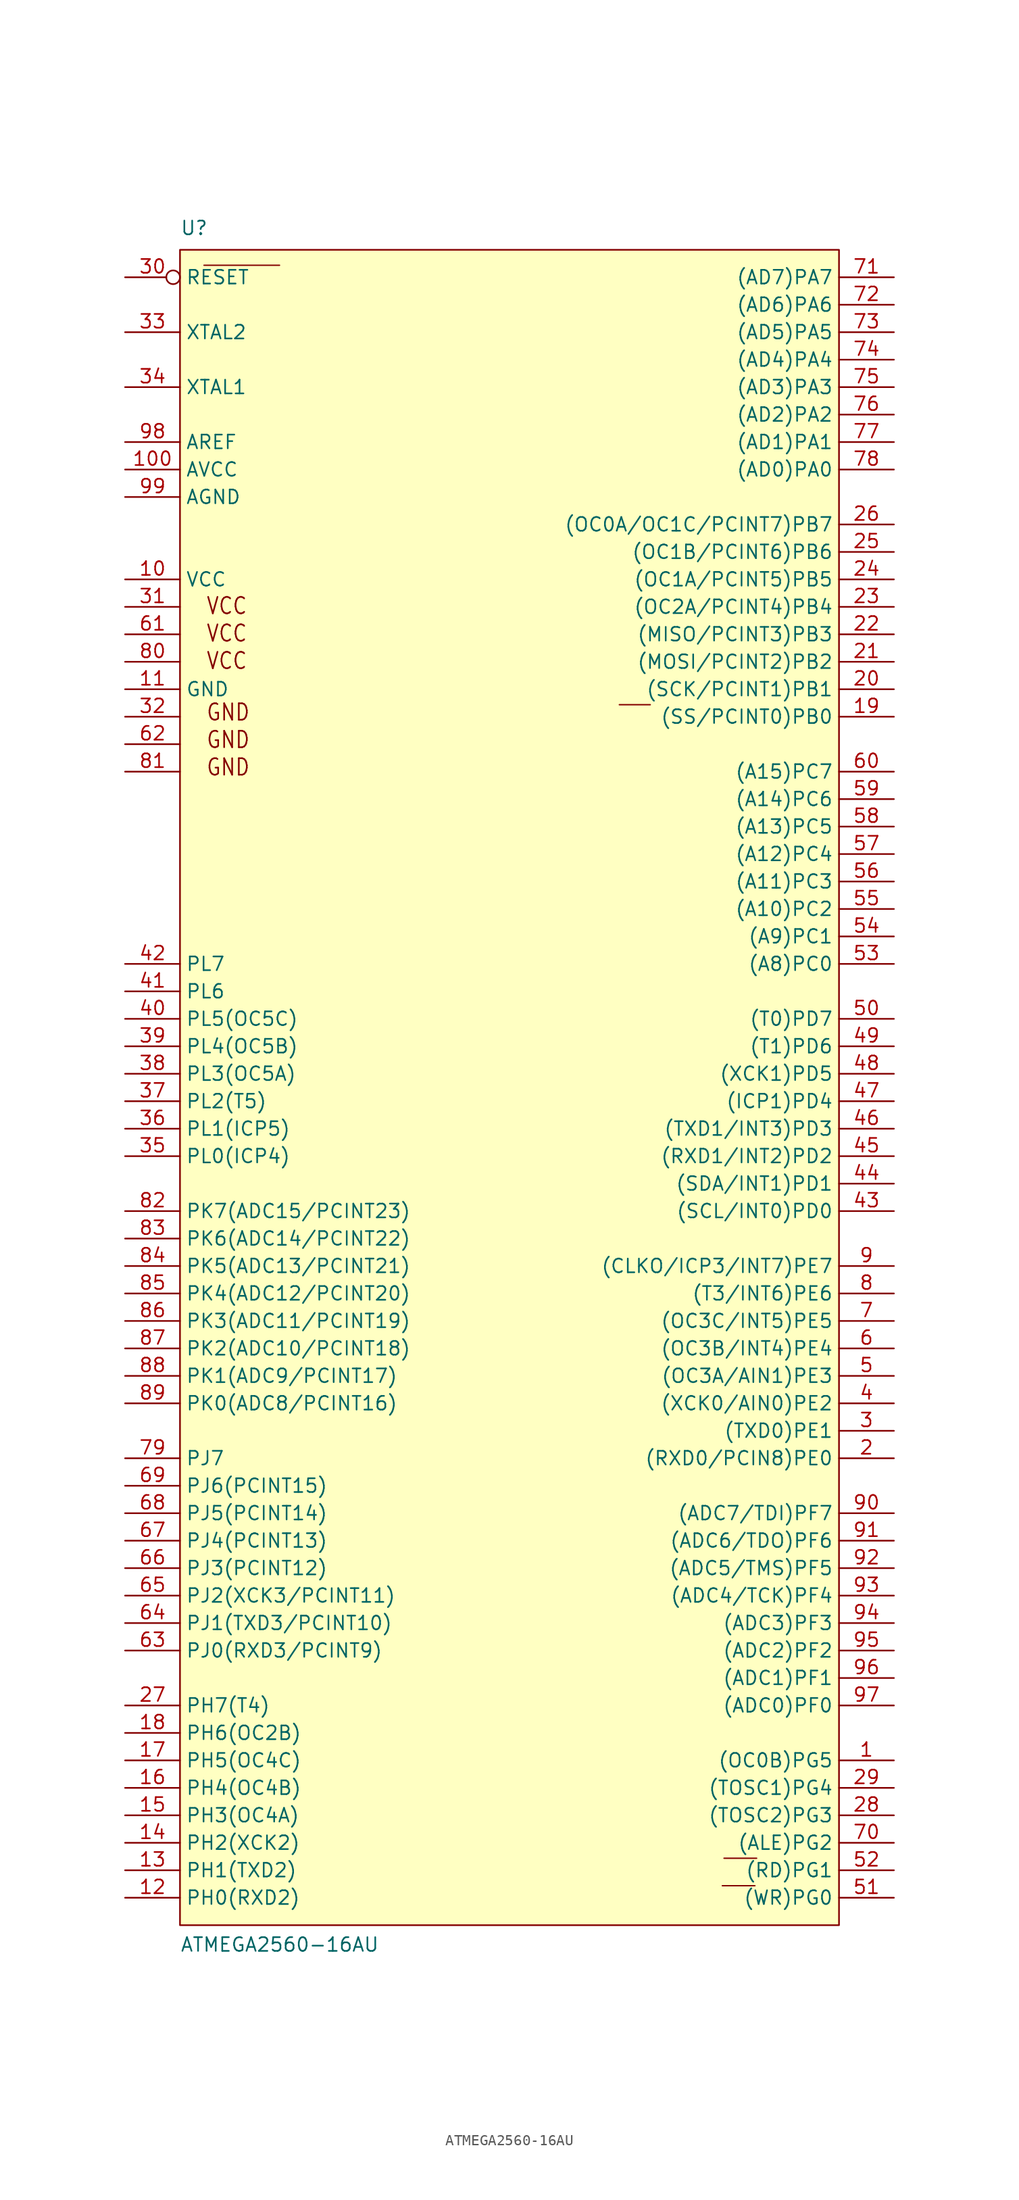
<source format=kicad_sym>
(kicad_symbol_lib
  (version 20231120)
  (generator "kicad_symbol_editor")
  (generator_version "8.0")
  (symbol "ATMEGA2560-16AU"
    (property "Reference" "U"
      (at 0 156.21 0)
      (effects (font (size 1.27 1.27)) (justify left bottom)))
    (property "Value" "ATMEGA2560-16AU"
      (at 0 -2.54 0)
      (effects (font (size 1.27 1.27)) (justify left bottom)))
    (symbol "ATMEGA2560-16AU_1_0"
      (polyline (pts (xy 2.223 153.511) (xy 9.207 153.511)) (stroke (width 0.127) (type solid)) (fill (type none)))
      (polyline (pts (xy 40.64 112.871) (xy 43.498 112.871)) (stroke (width 0.127) (type solid)) (fill (type none)))
      (polyline (pts (xy 50.165 3.651) (xy 53.181 3.651)) (stroke (width 0.127) (type solid)) (fill (type none)))
      (polyline (pts (xy 50.324 6.191) (xy 53.34 6.191)) (stroke (width 0.127) (type solid)) (fill (type none)))
      (text "GND" (at 2.381 106.204 0) (effects (font (size 1.524 1.295)) (justify left bottom)))
      (text "GND" (at 2.381 108.744 0) (effects (font (size 1.524 1.295)) (justify left bottom)))
      (text "GND" (at 2.381 111.284 0) (effects (font (size 1.524 1.295)) (justify left bottom)))
      (text "VCC" (at 2.381 116.046 0) (effects (font (size 1.524 1.295)) (justify left bottom)))
      (text "VCC" (at 2.381 118.586 0) (effects (font (size 1.524 1.295)) (justify left bottom)))
      (text "VCC" (at 2.381 121.126 0) (effects (font (size 1.524 1.295)) (justify left bottom)))
      (pin bidirectional line (at 66.04 15.24 180) (length 5.08) (name "(OC0B)PG5" (effects (font (size 1.27 1.27)))) (number "1" (effects (font (size 1.27 1.27)))))
      (pin power_in line (at -5.08 124.46 0) (length 5.08) (name "VCC" (effects (font (size 1.27 1.27)))) (number "10" (effects (font (size 1.27 1.27)))))
      (pin power_in line (at -5.08 134.62 0) (length 5.08) (name "AVCC" (effects (font (size 1.27 1.27)))) (number "100" (effects (font (size 1.27 1.27)))))
      (pin power_in line (at -5.08 114.3 0) (length 5.08) (name "GND" (effects (font (size 1.27 1.27)))) (number "11" (effects (font (size 1.27 1.27)))))
      (pin bidirectional line (at -5.08 2.54 0) (length 5.08) (name "PH0(RXD2)" (effects (font (size 1.27 1.27)))) (number "12" (effects (font (size 1.27 1.27)))))
      (pin bidirectional line (at -5.08 5.08 0) (length 5.08) (name "PH1(TXD2)" (effects (font (size 1.27 1.27)))) (number "13" (effects (font (size 1.27 1.27)))))
      (pin bidirectional line (at -5.08 7.62 0) (length 5.08) (name "PH2(XCK2)" (effects (font (size 1.27 1.27)))) (number "14" (effects (font (size 1.27 1.27)))))
      (pin bidirectional line (at -5.08 10.16 0) (length 5.08) (name "PH3(OC4A)" (effects (font (size 1.27 1.27)))) (number "15" (effects (font (size 1.27 1.27)))))
      (pin bidirectional line (at -5.08 12.7 0) (length 5.08) (name "PH4(OC4B)" (effects (font (size 1.27 1.27)))) (number "16" (effects (font (size 1.27 1.27)))))
      (pin bidirectional line (at -5.08 15.24 0) (length 5.08) (name "PH5(OC4C)" (effects (font (size 1.27 1.27)))) (number "17" (effects (font (size 1.27 1.27)))))
      (pin bidirectional line (at -5.08 17.78 0) (length 5.08) (name "PH6(OC2B)" (effects (font (size 1.27 1.27)))) (number "18" (effects (font (size 1.27 1.27)))))
      (pin bidirectional line (at 66.04 111.76 180) (length 5.08) (name "(SS/PCINT0)PB0" (effects (font (size 1.27 1.27)))) (number "19" (effects (font (size 1.27 1.27)))))
      (pin bidirectional line (at 66.04 43.18 180) (length 5.08) (name "(RXD0/PCIN8)PE0" (effects (font (size 1.27 1.27)))) (number "2" (effects (font (size 1.27 1.27)))))
      (pin bidirectional line (at 66.04 114.3 180) (length 5.08) (name "(SCK/PCINT1)PB1" (effects (font (size 1.27 1.27)))) (number "20" (effects (font (size 1.27 1.27)))))
      (pin bidirectional line (at 66.04 116.84 180) (length 5.08) (name "(MOSI/PCINT2)PB2" (effects (font (size 1.27 1.27)))) (number "21" (effects (font (size 1.27 1.27)))))
      (pin bidirectional line (at 66.04 119.38 180) (length 5.08) (name "(MISO/PCINT3)PB3" (effects (font (size 1.27 1.27)))) (number "22" (effects (font (size 1.27 1.27)))))
      (pin bidirectional line (at 66.04 121.92 180) (length 5.08) (name "(OC2A/PCINT4)PB4" (effects (font (size 1.27 1.27)))) (number "23" (effects (font (size 1.27 1.27)))))
      (pin bidirectional line (at 66.04 124.46 180) (length 5.08) (name "(OC1A/PCINT5)PB5" (effects (font (size 1.27 1.27)))) (number "24" (effects (font (size 1.27 1.27)))))
      (pin bidirectional line (at 66.04 127 180) (length 5.08) (name "(OC1B/PCINT6)PB6" (effects (font (size 1.27 1.27)))) (number "25" (effects (font (size 1.27 1.27)))))
      (pin bidirectional line (at 66.04 129.54 180) (length 5.08) (name "(OC0A/OC1C/PCINT7)PB7" (effects (font (size 1.27 1.27)))) (number "26" (effects (font (size 1.27 1.27)))))
      (pin bidirectional line (at -5.08 20.32 0) (length 5.08) (name "PH7(T4)" (effects (font (size 1.27 1.27)))) (number "27" (effects (font (size 1.27 1.27)))))
      (pin bidirectional line (at 66.04 10.16 180) (length 5.08) (name "(TOSC2)PG3" (effects (font (size 1.27 1.27)))) (number "28" (effects (font (size 1.27 1.27)))))
      (pin bidirectional line (at 66.04 12.7 180) (length 5.08) (name "(TOSC1)PG4" (effects (font (size 1.27 1.27)))) (number "29" (effects (font (size 1.27 1.27)))))
      (pin bidirectional line (at 66.04 45.72 180) (length 5.08) (name "(TXD0)PE1" (effects (font (size 1.27 1.27)))) (number "3" (effects (font (size 1.27 1.27)))))
      (pin input inverted (at -5.08 152.4 0) (length 5.08) (name "RESET" (effects (font (size 1.27 1.27)))) (number "30" (effects (font (size 1.27 1.27)))))
      (pin power_in line (at -5.08 121.92 0) (length 5.08) (name "VCC1" (effects (font (size 0 0)))) (number "31" (effects (font (size 1.27 1.27)))))
      (pin power_in line (at -5.08 111.76 0) (length 5.08) (name "GND1" (effects (font (size 0 0)))) (number "32" (effects (font (size 1.27 1.27)))))
      (pin output line (at -5.08 147.32 0) (length 5.08) (name "XTAL2" (effects (font (size 1.27 1.27)))) (number "33" (effects (font (size 1.27 1.27)))))
      (pin input line (at -5.08 142.24 0) (length 5.08) (name "XTAL1" (effects (font (size 1.27 1.27)))) (number "34" (effects (font (size 1.27 1.27)))))
      (pin bidirectional line (at -5.08 71.12 0) (length 5.08) (name "PL0(ICP4)" (effects (font (size 1.27 1.27)))) (number "35" (effects (font (size 1.27 1.27)))))
      (pin bidirectional line (at -5.08 73.66 0) (length 5.08) (name "PL1(ICP5)" (effects (font (size 1.27 1.27)))) (number "36" (effects (font (size 1.27 1.27)))))
      (pin bidirectional line (at -5.08 76.2 0) (length 5.08) (name "PL2(T5)" (effects (font (size 1.27 1.27)))) (number "37" (effects (font (size 1.27 1.27)))))
      (pin bidirectional line (at -5.08 78.74 0) (length 5.08) (name "PL3(OC5A)" (effects (font (size 1.27 1.27)))) (number "38" (effects (font (size 1.27 1.27)))))
      (pin bidirectional line (at -5.08 81.28 0) (length 5.08) (name "PL4(OC5B)" (effects (font (size 1.27 1.27)))) (number "39" (effects (font (size 1.27 1.27)))))
      (pin bidirectional line (at 66.04 48.26 180) (length 5.08) (name "(XCK0/AIN0)PE2" (effects (font (size 1.27 1.27)))) (number "4" (effects (font (size 1.27 1.27)))))
      (pin bidirectional line (at -5.08 83.82 0) (length 5.08) (name "PL5(OC5C)" (effects (font (size 1.27 1.27)))) (number "40" (effects (font (size 1.27 1.27)))))
      (pin bidirectional line (at -5.08 86.36 0) (length 5.08) (name "PL6" (effects (font (size 1.27 1.27)))) (number "41" (effects (font (size 1.27 1.27)))))
      (pin bidirectional line (at -5.08 88.9 0) (length 5.08) (name "PL7" (effects (font (size 1.27 1.27)))) (number "42" (effects (font (size 1.27 1.27)))))
      (pin bidirectional line (at 66.04 66.04 180) (length 5.08) (name "(SCL/INT0)PD0" (effects (font (size 1.27 1.27)))) (number "43" (effects (font (size 1.27 1.27)))))
      (pin bidirectional line (at 66.04 68.58 180) (length 5.08) (name "(SDA/INT1)PD1" (effects (font (size 1.27 1.27)))) (number "44" (effects (font (size 1.27 1.27)))))
      (pin bidirectional line (at 66.04 71.12 180) (length 5.08) (name "(RXD1/INT2)PD2" (effects (font (size 1.27 1.27)))) (number "45" (effects (font (size 1.27 1.27)))))
      (pin bidirectional line (at 66.04 73.66 180) (length 5.08) (name "(TXD1/INT3)PD3" (effects (font (size 1.27 1.27)))) (number "46" (effects (font (size 1.27 1.27)))))
      (pin bidirectional line (at 66.04 76.2 180) (length 5.08) (name "(ICP1)PD4" (effects (font (size 1.27 1.27)))) (number "47" (effects (font (size 1.27 1.27)))))
      (pin bidirectional line (at 66.04 78.74 180) (length 5.08) (name "(XCK1)PD5" (effects (font (size 1.27 1.27)))) (number "48" (effects (font (size 1.27 1.27)))))
      (pin bidirectional line (at 66.04 81.28 180) (length 5.08) (name "(T1)PD6" (effects (font (size 1.27 1.27)))) (number "49" (effects (font (size 1.27 1.27)))))
      (pin bidirectional line (at 66.04 50.8 180) (length 5.08) (name "(OC3A/AIN1)PE3" (effects (font (size 1.27 1.27)))) (number "5" (effects (font (size 1.27 1.27)))))
      (pin bidirectional line (at 66.04 83.82 180) (length 5.08) (name "(T0)PD7" (effects (font (size 1.27 1.27)))) (number "50" (effects (font (size 1.27 1.27)))))
      (pin bidirectional line (at 66.04 2.54 180) (length 5.08) (name "(WR)PG0" (effects (font (size 1.27 1.27)))) (number "51" (effects (font (size 1.27 1.27)))))
      (pin bidirectional line (at 66.04 5.08 180) (length 5.08) (name "(RD)PG1" (effects (font (size 1.27 1.27)))) (number "52" (effects (font (size 1.27 1.27)))))
      (pin bidirectional line (at 66.04 88.9 180) (length 5.08) (name "(A8)PC0" (effects (font (size 1.27 1.27)))) (number "53" (effects (font (size 1.27 1.27)))))
      (pin bidirectional line (at 66.04 91.44 180) (length 5.08) (name "(A9)PC1" (effects (font (size 1.27 1.27)))) (number "54" (effects (font (size 1.27 1.27)))))
      (pin bidirectional line (at 66.04 93.98 180) (length 5.08) (name "(A10)PC2" (effects (font (size 1.27 1.27)))) (number "55" (effects (font (size 1.27 1.27)))))
      (pin bidirectional line (at 66.04 96.52 180) (length 5.08) (name "(A11)PC3" (effects (font (size 1.27 1.27)))) (number "56" (effects (font (size 1.27 1.27)))))
      (pin bidirectional line (at 66.04 99.06 180) (length 5.08) (name "(A12)PC4" (effects (font (size 1.27 1.27)))) (number "57" (effects (font (size 1.27 1.27)))))
      (pin bidirectional line (at 66.04 101.6 180) (length 5.08) (name "(A13)PC5" (effects (font (size 1.27 1.27)))) (number "58" (effects (font (size 1.27 1.27)))))
      (pin bidirectional line (at 66.04 104.14 180) (length 5.08) (name "(A14)PC6" (effects (font (size 1.27 1.27)))) (number "59" (effects (font (size 1.27 1.27)))))
      (pin bidirectional line (at 66.04 53.34 180) (length 5.08) (name "(OC3B/INT4)PE4" (effects (font (size 1.27 1.27)))) (number "6" (effects (font (size 1.27 1.27)))))
      (pin bidirectional line (at 66.04 106.68 180) (length 5.08) (name "(A15)PC7" (effects (font (size 1.27 1.27)))) (number "60" (effects (font (size 1.27 1.27)))))
      (pin power_in line (at -5.08 119.38 0) (length 5.08) (name "VCC2" (effects (font (size 0 0)))) (number "61" (effects (font (size 1.27 1.27)))))
      (pin power_in line (at -5.08 109.22 0) (length 5.08) (name "GND2" (effects (font (size 0 0)))) (number "62" (effects (font (size 1.27 1.27)))))
      (pin bidirectional line (at -5.08 25.4 0) (length 5.08) (name "PJ0(RXD3/PCINT9)" (effects (font (size 1.27 1.27)))) (number "63" (effects (font (size 1.27 1.27)))))
      (pin bidirectional line (at -5.08 27.94 0) (length 5.08) (name "PJ1(TXD3/PCINT10)" (effects (font (size 1.27 1.27)))) (number "64" (effects (font (size 1.27 1.27)))))
      (pin bidirectional line (at -5.08 30.48 0) (length 5.08) (name "PJ2(XCK3/PCINT11)" (effects (font (size 1.27 1.27)))) (number "65" (effects (font (size 1.27 1.27)))))
      (pin bidirectional line (at -5.08 33.02 0) (length 5.08) (name "PJ3(PCINT12)" (effects (font (size 1.27 1.27)))) (number "66" (effects (font (size 1.27 1.27)))))
      (pin bidirectional line (at -5.08 35.56 0) (length 5.08) (name "PJ4(PCINT13)" (effects (font (size 1.27 1.27)))) (number "67" (effects (font (size 1.27 1.27)))))
      (pin bidirectional line (at -5.08 38.1 0) (length 5.08) (name "PJ5(PCINT14)" (effects (font (size 1.27 1.27)))) (number "68" (effects (font (size 1.27 1.27)))))
      (pin bidirectional line (at -5.08 40.64 0) (length 5.08) (name "PJ6(PCINT15)" (effects (font (size 1.27 1.27)))) (number "69" (effects (font (size 1.27 1.27)))))
      (pin bidirectional line (at 66.04 55.88 180) (length 5.08) (name "(OC3C/INT5)PE5" (effects (font (size 1.27 1.27)))) (number "7" (effects (font (size 1.27 1.27)))))
      (pin bidirectional line (at 66.04 7.62 180) (length 5.08) (name "(ALE)PG2" (effects (font (size 1.27 1.27)))) (number "70" (effects (font (size 1.27 1.27)))))
      (pin bidirectional line (at 66.04 152.4 180) (length 5.08) (name "(AD7)PA7" (effects (font (size 1.27 1.27)))) (number "71" (effects (font (size 1.27 1.27)))))
      (pin bidirectional line (at 66.04 149.86 180) (length 5.08) (name "(AD6)PA6" (effects (font (size 1.27 1.27)))) (number "72" (effects (font (size 1.27 1.27)))))
      (pin bidirectional line (at 66.04 147.32 180) (length 5.08) (name "(AD5)PA5" (effects (font (size 1.27 1.27)))) (number "73" (effects (font (size 1.27 1.27)))))
      (pin bidirectional line (at 66.04 144.78 180) (length 5.08) (name "(AD4)PA4" (effects (font (size 1.27 1.27)))) (number "74" (effects (font (size 1.27 1.27)))))
      (pin bidirectional line (at 66.04 142.24 180) (length 5.08) (name "(AD3)PA3" (effects (font (size 1.27 1.27)))) (number "75" (effects (font (size 1.27 1.27)))))
      (pin bidirectional line (at 66.04 139.7 180) (length 5.08) (name "(AD2)PA2" (effects (font (size 1.27 1.27)))) (number "76" (effects (font (size 1.27 1.27)))))
      (pin bidirectional line (at 66.04 137.16 180) (length 5.08) (name "(AD1)PA1" (effects (font (size 1.27 1.27)))) (number "77" (effects (font (size 1.27 1.27)))))
      (pin bidirectional line (at 66.04 134.62 180) (length 5.08) (name "(AD0)PA0" (effects (font (size 1.27 1.27)))) (number "78" (effects (font (size 1.27 1.27)))))
      (pin bidirectional line (at -5.08 43.18 0) (length 5.08) (name "PJ7" (effects (font (size 1.27 1.27)))) (number "79" (effects (font (size 1.27 1.27)))))
      (pin bidirectional line (at 66.04 58.42 180) (length 5.08) (name "(T3/INT6)PE6" (effects (font (size 1.27 1.27)))) (number "8" (effects (font (size 1.27 1.27)))))
      (pin power_in line (at -5.08 116.84 0) (length 5.08) (name "VCC3" (effects (font (size 0 0)))) (number "80" (effects (font (size 1.27 1.27)))))
      (pin power_in line (at -5.08 106.68 0) (length 5.08) (name "GND3" (effects (font (size 0 0)))) (number "81" (effects (font (size 1.27 1.27)))))
      (pin bidirectional line (at -5.08 66.04 0) (length 5.08) (name "PK7(ADC15/PCINT23)" (effects (font (size 1.27 1.27)))) (number "82" (effects (font (size 1.27 1.27)))))
      (pin bidirectional line (at -5.08 63.5 0) (length 5.08) (name "PK6(ADC14/PCINT22)" (effects (font (size 1.27 1.27)))) (number "83" (effects (font (size 1.27 1.27)))))
      (pin bidirectional line (at -5.08 60.96 0) (length 5.08) (name "PK5(ADC13/PCINT21)" (effects (font (size 1.27 1.27)))) (number "84" (effects (font (size 1.27 1.27)))))
      (pin bidirectional line (at -5.08 58.42 0) (length 5.08) (name "PK4(ADC12/PCINT20)" (effects (font (size 1.27 1.27)))) (number "85" (effects (font (size 1.27 1.27)))))
      (pin bidirectional line (at -5.08 55.88 0) (length 5.08) (name "PK3(ADC11/PCINT19)" (effects (font (size 1.27 1.27)))) (number "86" (effects (font (size 1.27 1.27)))))
      (pin bidirectional line (at -5.08 53.34 0) (length 5.08) (name "PK2(ADC10/PCINT18)" (effects (font (size 1.27 1.27)))) (number "87" (effects (font (size 1.27 1.27)))))
      (pin bidirectional line (at -5.08 50.8 0) (length 5.08) (name "PK1(ADC9/PCINT17)" (effects (font (size 1.27 1.27)))) (number "88" (effects (font (size 1.27 1.27)))))
      (pin bidirectional line (at -5.08 48.26 0) (length 5.08) (name "PK0(ADC8/PCINT16)" (effects (font (size 1.27 1.27)))) (number "89" (effects (font (size 1.27 1.27)))))
      (pin bidirectional line (at 66.04 60.96 180) (length 5.08) (name "(CLKO/ICP3/INT7)PE7" (effects (font (size 1.27 1.27)))) (number "9" (effects (font (size 1.27 1.27)))))
      (pin bidirectional line (at 66.04 38.1 180) (length 5.08) (name "(ADC7/TDI)PF7" (effects (font (size 1.27 1.27)))) (number "90" (effects (font (size 1.27 1.27)))))
      (pin bidirectional line (at 66.04 35.56 180) (length 5.08) (name "(ADC6/TDO)PF6" (effects (font (size 1.27 1.27)))) (number "91" (effects (font (size 1.27 1.27)))))
      (pin bidirectional line (at 66.04 33.02 180) (length 5.08) (name "(ADC5/TMS)PF5" (effects (font (size 1.27 1.27)))) (number "92" (effects (font (size 1.27 1.27)))))
      (pin bidirectional line (at 66.04 30.48 180) (length 5.08) (name "(ADC4/TCK)PF4" (effects (font (size 1.27 1.27)))) (number "93" (effects (font (size 1.27 1.27)))))
      (pin bidirectional line (at 66.04 27.94 180) (length 5.08) (name "(ADC3)PF3" (effects (font (size 1.27 1.27)))) (number "94" (effects (font (size 1.27 1.27)))))
      (pin bidirectional line (at 66.04 25.4 180) (length 5.08) (name "(ADC2)PF2" (effects (font (size 1.27 1.27)))) (number "95" (effects (font (size 1.27 1.27)))))
      (pin bidirectional line (at 66.04 22.86 180) (length 5.08) (name "(ADC1)PF1" (effects (font (size 1.27 1.27)))) (number "96" (effects (font (size 1.27 1.27)))))
      (pin bidirectional line (at 66.04 20.32 180) (length 5.08) (name "(ADC0)PF0" (effects (font (size 1.27 1.27)))) (number "97" (effects (font (size 1.27 1.27)))))
      (pin bidirectional line (at -5.08 137.16 0) (length 5.08) (name "AREF" (effects (font (size 1.27 1.27)))) (number "98" (effects (font (size 1.27 1.27)))))
      (pin power_in line (at -5.08 132.08 0) (length 5.08) (name "AGND" (effects (font (size 1.27 1.27)))) (number "99" (effects (font (size 1.27 1.27))))))
    (symbol "ATMEGA2560-16AU_1_1"
      (rectangle (start 0 154.94) (end 60.96 0) (stroke (width 0) (type default)) (fill (type background))))))
</source>
